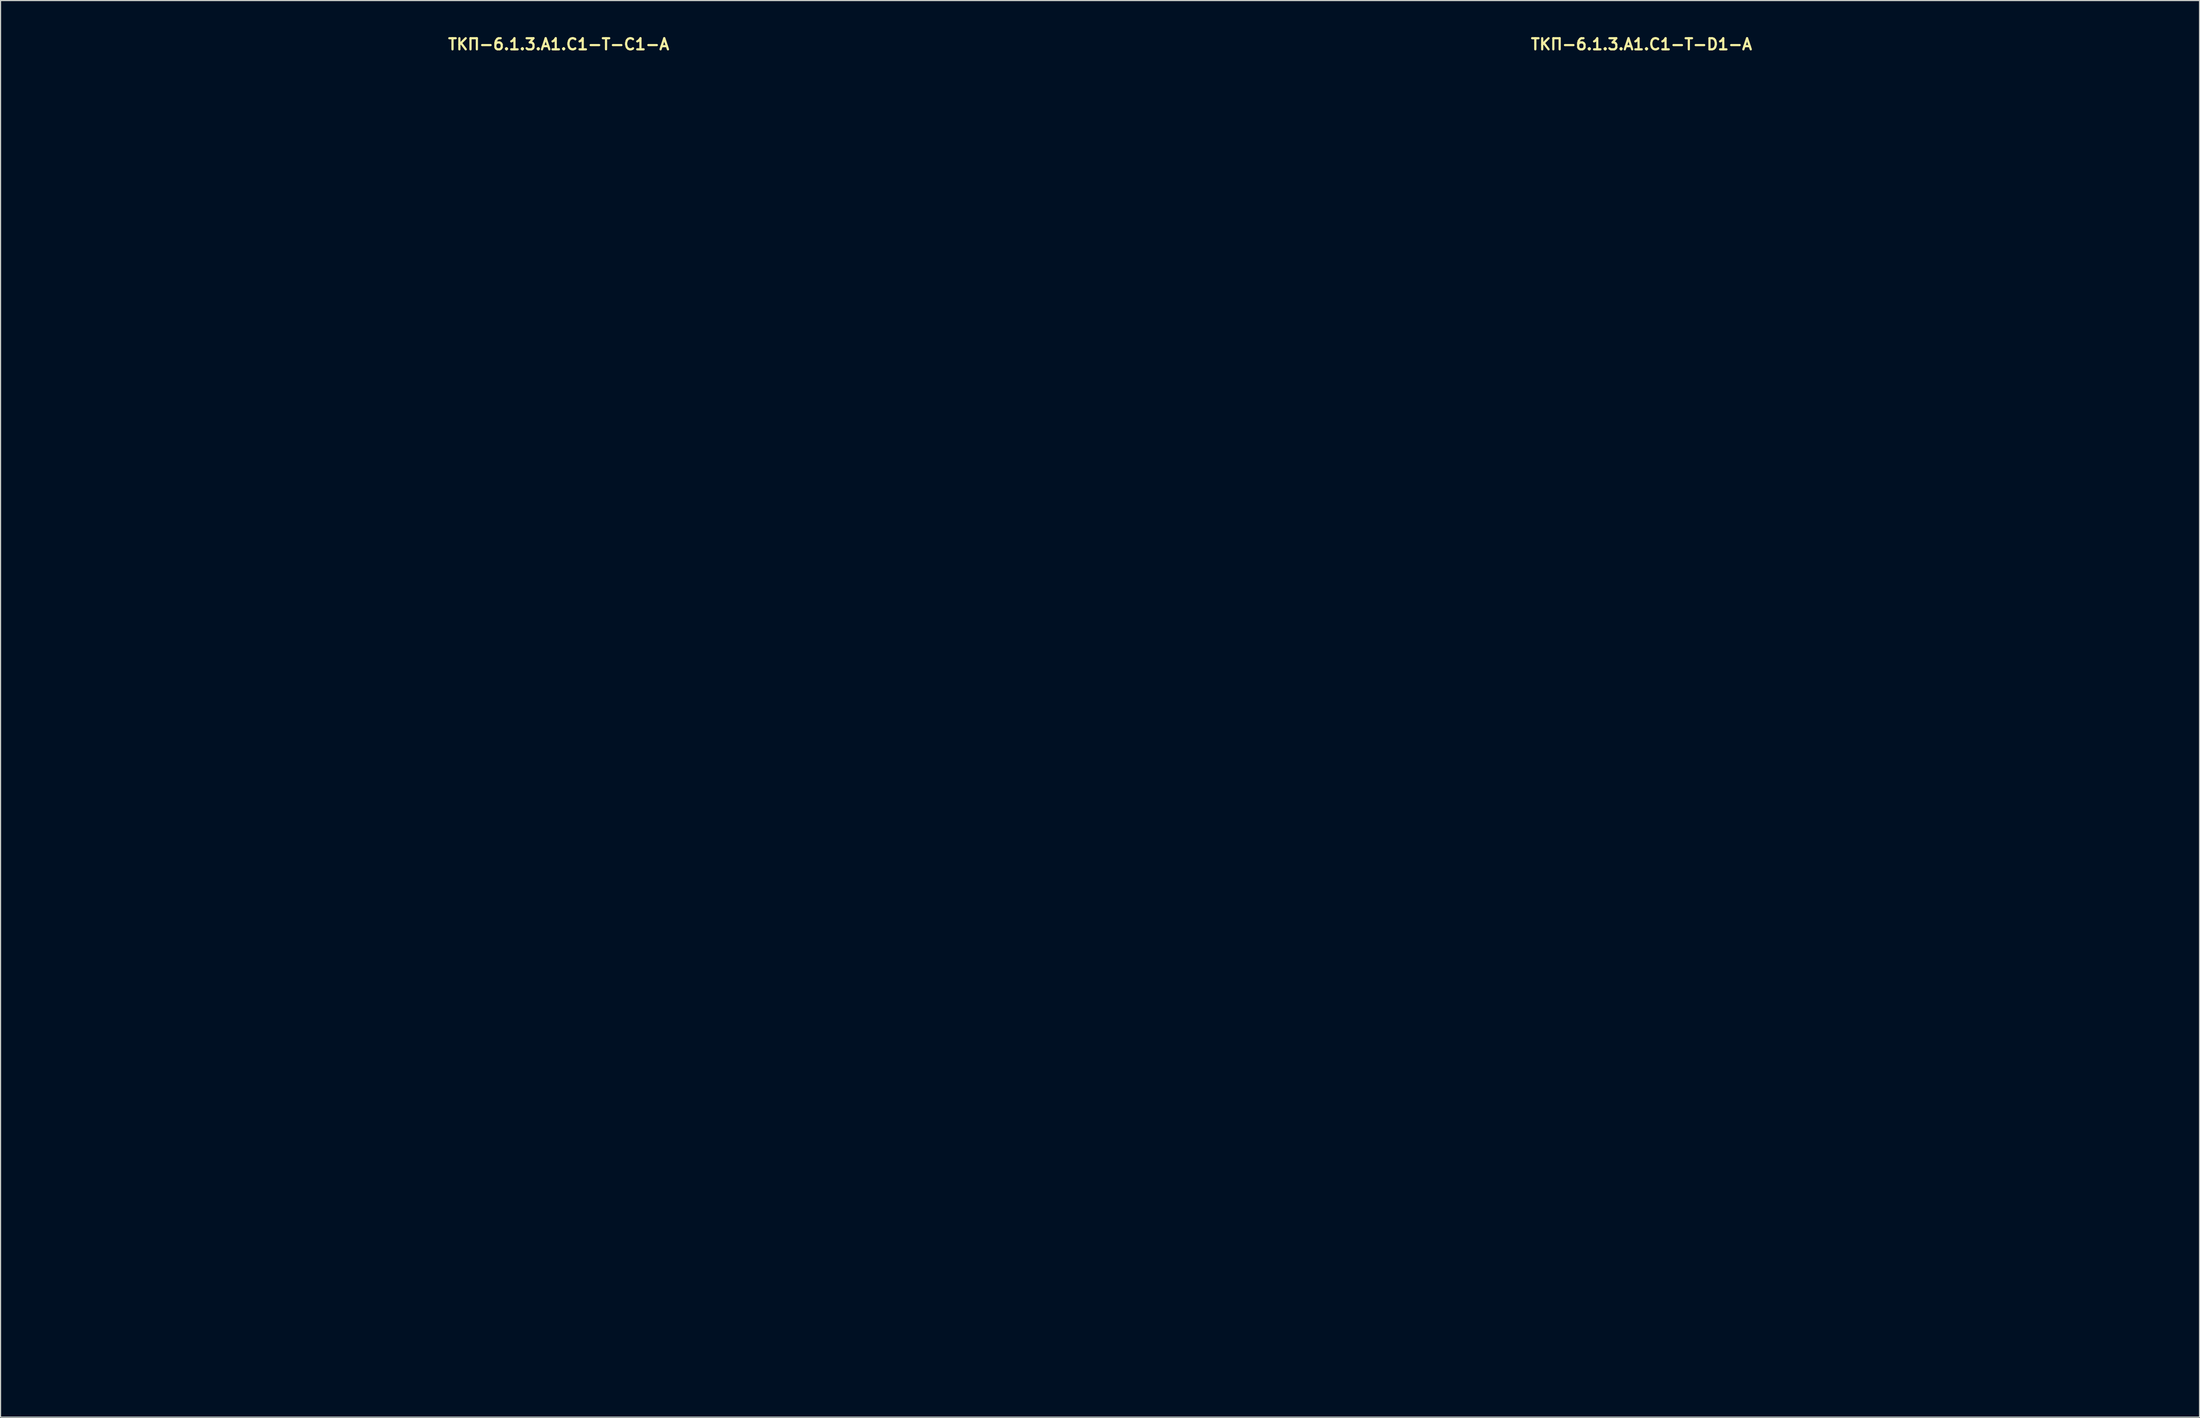
<source format=kicad_pcb>
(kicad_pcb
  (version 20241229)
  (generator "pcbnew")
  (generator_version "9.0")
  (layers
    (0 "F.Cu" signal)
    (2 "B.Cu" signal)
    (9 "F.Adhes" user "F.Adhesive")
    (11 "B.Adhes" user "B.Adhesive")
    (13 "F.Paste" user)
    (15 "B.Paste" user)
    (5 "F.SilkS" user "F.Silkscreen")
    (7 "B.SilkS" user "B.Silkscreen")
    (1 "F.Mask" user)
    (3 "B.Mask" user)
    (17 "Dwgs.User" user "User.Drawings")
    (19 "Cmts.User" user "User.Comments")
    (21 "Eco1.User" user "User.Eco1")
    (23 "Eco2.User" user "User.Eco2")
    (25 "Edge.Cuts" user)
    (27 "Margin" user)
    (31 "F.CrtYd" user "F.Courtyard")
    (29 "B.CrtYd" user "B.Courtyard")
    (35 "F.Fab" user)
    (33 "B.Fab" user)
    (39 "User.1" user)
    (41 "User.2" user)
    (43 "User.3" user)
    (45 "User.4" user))
  (footprint "ТКП-6.1.3.A1.C1-T-C1-A"
    (layer "F.Cu")
    (at 47.2 61.515)
    (property "Reference" "ТКП-6.1.3.A1.C1-T-C1-A" (at 0 -60.579 0) (layer "F.SilkS") (effects (font (size 1 1) (thickness 0.2))))
    (attr through_hole)
    (fp_line (start -47 -56.65) (end -47 56.65) (stroke (width 0.4) (type solid)) (layer "Eco1.User"))
    (fp_line (start -43.9 -59.75) (end 43.9 -59.75) (stroke (width 0.4) (type solid)) (layer "Eco1.User"))
    (fp_line (start -43.9 59.75) (end 43.9 59.75) (stroke (width 0.4) (type solid)) (layer "Eco1.User"))
    (fp_line (start 47 -56.65) (end 47 56.65) (stroke (width 0.4) (type solid)) (layer "Eco1.User"))
    (fp_arc (start -47 -56.65) (mid -46.092031 -58.842031) (end -43.9 -59.75) (stroke (width 0.4) (type solid)) (layer "Eco1.User"))
    (fp_arc (start -43.9 59.75) (mid -46.092031 58.842031) (end -47 56.65) (stroke (width 0.4) (type solid)) (layer "Eco1.User"))
    (fp_arc (start 43.9 -59.75) (mid 46.092031 -58.842031) (end 47 -56.65) (stroke (width 0.4) (type solid)) (layer "Eco1.User"))
    (fp_arc (start 47 56.65) (mid 46.092031 58.842031) (end 43.9 59.75) (stroke (width 0.4) (type solid)) (layer "Eco1.User"))
    (fp_circle (center -38.6 -51.35) (end -37.1 -51.35) (stroke (width 0.4) (type solid)) (fill no) (layer "Eco1.User"))
    (fp_circle (center -38.6 -51.35) (end -35.1 -51.35) (stroke (width 0.4) (type solid)) (fill no) (layer "Eco1.User"))
    (fp_circle (center -38.6 51.35) (end -37.1 51.35) (stroke (width 0.4) (type solid)) (fill no) (layer "Eco1.User"))
    (fp_circle (center -38.6 51.35) (end -35.1 51.35) (stroke (width 0.4) (type solid)) (fill no) (layer "Eco1.User"))
    (fp_circle (center -33.02 -31.55) (end -29.42 -31.55) (stroke (width 0.4) (type solid)) (fill no) (layer "Eco1.User"))
    (fp_circle (center -33.02 -31.55) (end -23.52 -31.55) (stroke (width 0.4) (type solid)) (fill no) (layer "Eco1.User"))
    (fp_circle (center -33.02 -4.88) (end -29.42 -4.88) (stroke (width 0.4) (type solid)) (fill no) (layer "Eco1.User"))
    (fp_circle (center -33.02 -4.88) (end -23.52 -4.88) (stroke (width 0.4) (type solid)) (fill no) (layer "Eco1.User"))
    (fp_circle (center -29.21 -52.07) (end -27.71 -52.07) (stroke (width 0.4) (type solid)) (fill no) (layer "Eco1.User"))
    (fp_circle (center -29.21 -52.07) (end -25.71 -52.07) (stroke (width 0.4) (type solid)) (fill no) (layer "Eco1.User"))
    (fp_circle (center -8.89 -52.07) (end -7.39 -52.07) (stroke (width 0.4) (type solid)) (fill no) (layer "Eco1.User"))
    (fp_circle (center -8.89 -52.07) (end -5.39 -52.07) (stroke (width 0.4) (type solid)) (fill no) (layer "Eco1.User"))
    (fp_circle (center 0 -31.55) (end 3.6 -31.55) (stroke (width 0.4) (type solid)) (fill no) (layer "Eco1.User"))
    (fp_circle (center 0 -31.55) (end 9.5 -31.55) (stroke (width 0.4) (type solid)) (fill no) (layer "Eco1.User"))
    (fp_circle (center 0 -4.88) (end 3.6 -4.88) (stroke (width 0.4) (type solid)) (fill no) (layer "Eco1.User"))
    (fp_circle (center 0 -4.88) (end 9.5 -4.88) (stroke (width 0.4) (type solid)) (fill no) (layer "Eco1.User"))
    (fp_circle (center 0 13.97) (end 2.65 13.97) (stroke (width 0.4) (type solid)) (fill no) (layer "Eco1.User"))
    (fp_circle (center 0 29.21) (end 6 29.21) (stroke (width 0.4) (type solid)) (fill no) (layer "Eco1.User"))
    (fp_circle (center 0 29.21) (end 9.75 29.21) (stroke (width 0.4) (type solid)) (fill no) (layer "Eco1.User"))
    (fp_circle (center 8.89 -52.07) (end 10.39 -52.07) (stroke (width 0.4) (type solid)) (fill no) (layer "Eco1.User"))
    (fp_circle (center 8.89 -52.07) (end 12.39 -52.07) (stroke (width 0.4) (type solid)) (fill no) (layer "Eco1.User"))
    (fp_circle (center 29.21 -52.07) (end 30.71 -52.07) (stroke (width 0.4) (type solid)) (fill no) (layer "Eco1.User"))
    (fp_circle (center 29.21 -52.07) (end 32.71 -52.07) (stroke (width 0.4) (type solid)) (fill no) (layer "Eco1.User"))
    (fp_circle (center 33.02 -31.55) (end 36.62 -31.55) (stroke (width 0.4) (type solid)) (fill no) (layer "Eco1.User"))
    (fp_circle (center 33.02 -31.55) (end 42.52 -31.55) (stroke (width 0.4) (type solid)) (fill no) (layer "Eco1.User"))
    (fp_circle (center 33.02 -4.88) (end 36.62 -4.88) (stroke (width 0.4) (type solid)) (fill no) (layer "Eco1.User"))
    (fp_circle (center 33.02 -4.88) (end 42.52 -4.88) (stroke (width 0.4) (type solid)) (fill no) (layer "Eco1.User"))
    (fp_circle (center 38.6 -51.35) (end 40.1 -51.35) (stroke (width 0.4) (type solid)) (fill no) (layer "Eco1.User"))
    (fp_circle (center 38.6 -51.35) (end 42.1 -51.35) (stroke (width 0.4) (type solid)) (fill no) (layer "Eco1.User"))
    (fp_circle (center 38.6 51.35) (end 40.1 51.35) (stroke (width 0.4) (type solid)) (fill no) (layer "Eco1.User"))
    (fp_circle (center 38.6 51.35) (end 42.1 51.35) (stroke (width 0.4) (type solid)) (fill no) (layer "Eco1.User"))
    (fp_line (start -47 -59.75) (end -47 59.75) (stroke (width 0.4) (type solid)) (layer "Eco2.User"))
    (fp_line (start -47 -59.75) (end 47 -59.75) (stroke (width 0.4) (type solid)) (layer "Eco2.User"))
    (fp_line (start -47 59.75) (end 47 59.75) (stroke (width 0.4) (type solid)) (layer "Eco2.User"))
    (fp_line (start -5.715 -45.72) (end -4.445 -45.72) (stroke (width 0.25) (type solid)) (layer "Eco2.User"))
    (fp_line (start -5.08 -46.355) (end -5.08 -45.085) (stroke (width 0.25) (type solid)) (layer "Eco2.User"))
    (fp_line (start -3.81 -45.72) (end -1.27 -45.72) (stroke (width 0.5) (type solid)) (layer "Eco2.User"))
    (fp_line (start 0 -45.72) (end 3.81 -45.72) (stroke (width 0.5) (type solid)) (layer "Eco2.User"))
    (fp_line (start 4.445 -45.72) (end 5.715 -45.72) (stroke (width 0.25) (type solid)) (layer "Eco2.User"))
    (fp_line (start 47 -59.75) (end 47 59.75) (stroke (width 0.4) (type solid)) (layer "Eco2.User"))
    (fp_arc (start 0 -44.45) (mid -1.27 -45.72) (end 0 -46.99) (stroke (width 0.5) (type solid)) (layer "Eco2.User"))
    (fp_circle (center -5.08 -45.72) (end -3.81 -45.72) (stroke (width 0.5) (type solid)) (fill no) (layer "Eco2.User"))
    (fp_circle (center 0 -45.72) (end 0.25 -45.72) (stroke (width 0.5) (type solid)) (fill no) (layer "Eco2.User"))
    (fp_circle (center 5.08 -45.72) (end 6.35 -45.72) (stroke (width 0.5) (type solid)) (fill no) (layer "Eco2.User")))
  (footprint "ТКП-6.1.3.A1.C1-T-D1-A"
    (layer "F.Cu")
    (at 144.6 61.515)
    (property "Reference" "ТКП-6.1.3.A1.C1-T-D1-A" (at 0 -60.579 0) (layer "F.SilkS") (effects (font (size 1 1) (thickness 0.2))))
    (attr through_hole)
    (fp_line (start -47 -56.65) (end -47 56.65) (stroke (width 0.4) (type solid)) (layer "Eco1.User"))
    (fp_line (start -43.9 -59.75) (end 43.9 -59.75) (stroke (width 0.4) (type solid)) (layer "Eco1.User"))
    (fp_line (start -43.9 59.75) (end 43.9 59.75) (stroke (width 0.4) (type solid)) (layer "Eco1.User"))
    (fp_line (start 47 -56.65) (end 47 56.65) (stroke (width 0.4) (type solid)) (layer "Eco1.User"))
    (fp_arc (start -47 -56.65) (mid -46.092031 -58.842031) (end -43.9 -59.75) (stroke (width 0.4) (type solid)) (layer "Eco1.User"))
    (fp_arc (start -43.9 59.75) (mid -46.092031 58.842031) (end -47 56.65) (stroke (width 0.4) (type solid)) (layer "Eco1.User"))
    (fp_arc (start 43.9 -59.75) (mid 46.092031 -58.842031) (end 47 -56.65) (stroke (width 0.4) (type solid)) (layer "Eco1.User"))
    (fp_arc (start 47 56.65) (mid 46.092031 58.842031) (end 43.9 59.75) (stroke (width 0.4) (type solid)) (layer "Eco1.User"))
    (fp_circle (center -38.6 -51.35) (end -37.1 -51.35) (stroke (width 0.4) (type solid)) (fill no) (layer "Eco1.User"))
    (fp_circle (center -38.6 -51.35) (end -35.1 -51.35) (stroke (width 0.4) (type solid)) (fill no) (layer "Eco1.User"))
    (fp_circle (center -38.6 51.35) (end -37.1 51.35) (stroke (width 0.4) (type solid)) (fill no) (layer "Eco1.User"))
    (fp_circle (center -38.6 51.35) (end -35.1 51.35) (stroke (width 0.4) (type solid)) (fill no) (layer "Eco1.User"))
    (fp_circle (center -33.02 -31.55) (end -29.42 -31.55) (stroke (width 0.4) (type solid)) (fill no) (layer "Eco1.User"))
    (fp_circle (center -33.02 -31.55) (end -23.52 -31.55) (stroke (width 0.4) (type solid)) (fill no) (layer "Eco1.User"))
    (fp_circle (center -33.02 -4.88) (end -29.42 -4.88) (stroke (width 0.4) (type solid)) (fill no) (layer "Eco1.User"))
    (fp_circle (center -33.02 -4.88) (end -23.52 -4.88) (stroke (width 0.4) (type solid)) (fill no) (layer "Eco1.User"))
    (fp_circle (center -29.21 -52.07) (end -27.71 -52.07) (stroke (width 0.4) (type solid)) (fill no) (layer "Eco1.User"))
    (fp_circle (center -29.21 -52.07) (end -25.71 -52.07) (stroke (width 0.4) (type solid)) (fill no) (layer "Eco1.User"))
    (fp_circle (center -8.89 -52.07) (end -7.39 -52.07) (stroke (width 0.4) (type solid)) (fill no) (layer "Eco1.User"))
    (fp_circle (center -8.89 -52.07) (end -5.39 -52.07) (stroke (width 0.4) (type solid)) (fill no) (layer "Eco1.User"))
    (fp_circle (center 0 -31.55) (end 3.6 -31.55) (stroke (width 0.4) (type solid)) (fill no) (layer "Eco1.User"))
    (fp_circle (center 0 -31.55) (end 9.5 -31.55) (stroke (width 0.4) (type solid)) (fill no) (layer "Eco1.User"))
    (fp_circle (center 0 -4.88) (end 3.6 -4.88) (stroke (width 0.4) (type solid)) (fill no) (layer "Eco1.User"))
    (fp_circle (center 0 -4.88) (end 9.5 -4.88) (stroke (width 0.4) (type solid)) (fill no) (layer "Eco1.User"))
    (fp_circle (center 0 13.97) (end 2.65 13.97) (stroke (width 0.4) (type solid)) (fill no) (layer "Eco1.User"))
    (fp_circle (center 0 29.21) (end 6 29.21) (stroke (width 0.4) (type solid)) (fill no) (layer "Eco1.User"))
    (fp_circle (center 0 29.21) (end 9.75 29.21) (stroke (width 0.4) (type solid)) (fill no) (layer "Eco1.User"))
    (fp_circle (center 8.89 -52.07) (end 10.39 -52.07) (stroke (width 0.4) (type solid)) (fill no) (layer "Eco1.User"))
    (fp_circle (center 8.89 -52.07) (end 12.39 -52.07) (stroke (width 0.4) (type solid)) (fill no) (layer "Eco1.User"))
    (fp_circle (center 29.21 -52.07) (end 30.71 -52.07) (stroke (width 0.4) (type solid)) (fill no) (layer "Eco1.User"))
    (fp_circle (center 29.21 -52.07) (end 32.71 -52.07) (stroke (width 0.4) (type solid)) (fill no) (layer "Eco1.User"))
    (fp_circle (center 33.02 -31.55) (end 36.62 -31.55) (stroke (width 0.4) (type solid)) (fill no) (layer "Eco1.User"))
    (fp_circle (center 33.02 -31.55) (end 42.52 -31.55) (stroke (width 0.4) (type solid)) (fill no) (layer "Eco1.User"))
    (fp_circle (center 33.02 -4.88) (end 36.62 -4.88) (stroke (width 0.4) (type solid)) (fill no) (layer "Eco1.User"))
    (fp_circle (center 33.02 -4.88) (end 42.52 -4.88) (stroke (width 0.4) (type solid)) (fill no) (layer "Eco1.User"))
    (fp_circle (center 38.6 -51.35) (end 40.1 -51.35) (stroke (width 0.4) (type solid)) (fill no) (layer "Eco1.User"))
    (fp_circle (center 38.6 -51.35) (end 42.1 -51.35) (stroke (width 0.4) (type solid)) (fill no) (layer "Eco1.User"))
    (fp_circle (center 38.6 51.35) (end 40.1 51.35) (stroke (width 0.4) (type solid)) (fill no) (layer "Eco1.User"))
    (fp_circle (center 38.6 51.35) (end 42.1 51.35) (stroke (width 0.4) (type solid)) (fill no) (layer "Eco1.User"))
    (fp_line (start -47 -59.75) (end -47 59.75) (stroke (width 0.4) (type solid)) (layer "Eco2.User"))
    (fp_line (start -47 -59.75) (end 47 -59.75) (stroke (width 0.4) (type solid)) (layer "Eco2.User"))
    (fp_line (start -47 59.75) (end 47 59.75) (stroke (width 0.4) (type solid)) (layer "Eco2.User"))
    (fp_line (start -5.715 -45.72) (end -4.445 -45.72) (stroke (width 0.25) (type solid)) (layer "Eco2.User"))
    (fp_line (start -5.08 -46.355) (end -5.08 -45.085) (stroke (width 0.25) (type solid)) (layer "Eco2.User"))
    (fp_line (start -3.81 -45.72) (end -1.27 -45.72) (stroke (width 0.5) (type solid)) (layer "Eco2.User"))
    (fp_line (start 0 -45.72) (end 3.81 -45.72) (stroke (width 0.5) (type solid)) (layer "Eco2.User"))
    (fp_line (start 4.445 -45.72) (end 5.715 -45.72) (stroke (width 0.25) (type solid)) (layer "Eco2.User"))
    (fp_line (start 47 -59.75) (end 47 59.75) (stroke (width 0.4) (type solid)) (layer "Eco2.User"))
    (fp_arc (start 0 -44.45) (mid -1.27 -45.72) (end 0 -46.99) (stroke (width 0.5) (type solid)) (layer "Eco2.User"))
    (fp_circle (center -5.08 -45.72) (end -3.81 -45.72) (stroke (width 0.5) (type solid)) (fill no) (layer "Eco2.User"))
    (fp_circle (center 0 -45.72) (end 0.25 -45.72) (stroke (width 0.5) (type solid)) (fill no) (layer "Eco2.User"))
    (fp_circle (center 5.08 -45.72) (end 6.35 -45.72) (stroke (width 0.5) (type solid)) (fill no) (layer "Eco2.User")))
  (gr_rect
    (start -3 -3)
    (end 194.8 124.465)
    (stroke (width 0.1) (type default))
    (fill no)
    (layer "Edge.Cuts")))
</source>
